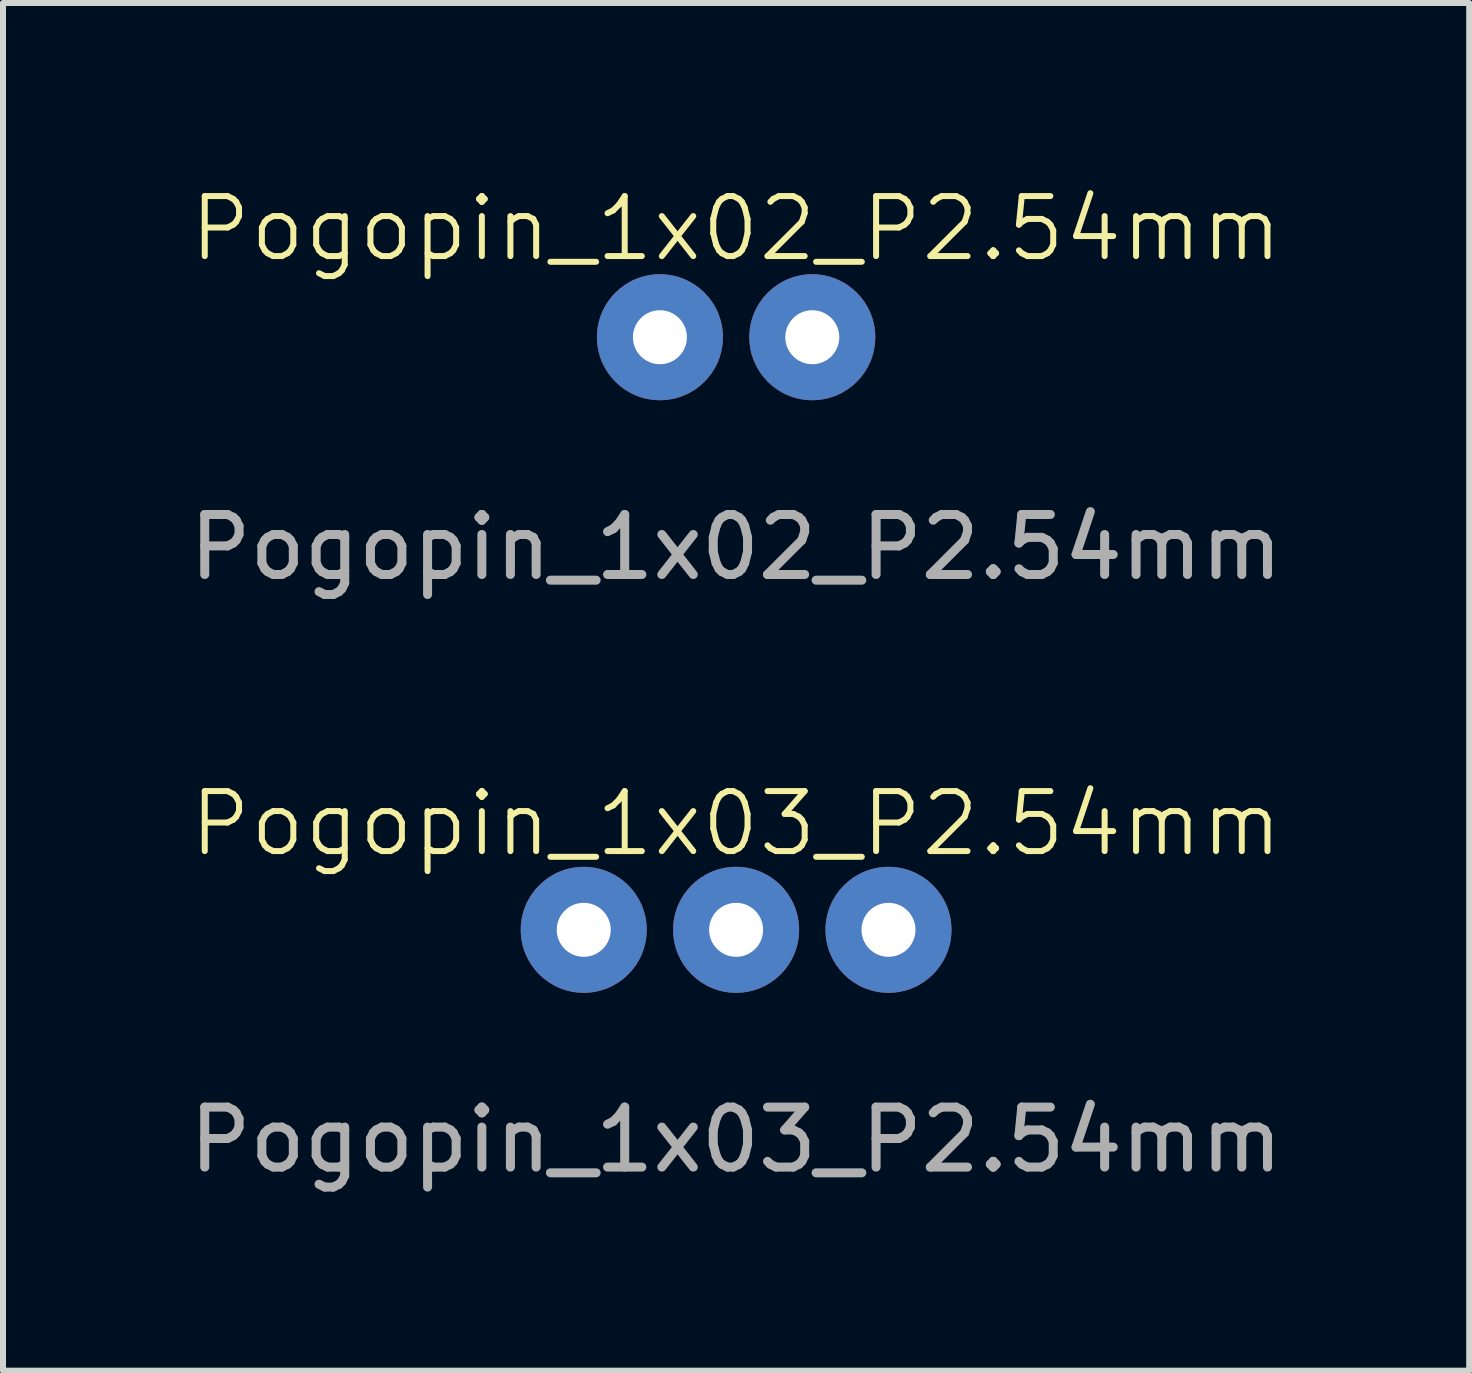
<source format=kicad_pcb>
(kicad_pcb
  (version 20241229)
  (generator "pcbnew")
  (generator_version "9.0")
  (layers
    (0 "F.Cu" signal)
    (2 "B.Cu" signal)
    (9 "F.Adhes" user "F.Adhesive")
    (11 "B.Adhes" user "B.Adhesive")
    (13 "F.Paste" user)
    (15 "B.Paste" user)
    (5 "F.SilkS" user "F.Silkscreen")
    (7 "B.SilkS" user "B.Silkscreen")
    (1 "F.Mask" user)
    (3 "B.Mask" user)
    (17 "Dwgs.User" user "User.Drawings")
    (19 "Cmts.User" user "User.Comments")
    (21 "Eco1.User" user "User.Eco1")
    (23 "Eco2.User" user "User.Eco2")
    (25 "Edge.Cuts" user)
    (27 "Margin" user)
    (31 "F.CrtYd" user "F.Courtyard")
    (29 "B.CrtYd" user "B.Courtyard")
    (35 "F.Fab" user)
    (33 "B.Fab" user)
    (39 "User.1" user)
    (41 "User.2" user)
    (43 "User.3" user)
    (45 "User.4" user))
  (footprint "Pogopin_1x03_P2.54mm"
    (layer "F.Cu")
    (at 9.22 12.449)
    (property "Reference" "Pogopin_1x03_P2.54mm" (at 0 -1.77 0) (unlocked yes) (layer "F.SilkS") (effects (font (size 1 1) (thickness 0.1))))
    (attr smd)
    (fp_text user "${REFERENCE}" (at 0 3.5 0) (unlocked yes) (layer "F.Fab") (effects (font (size 1 1) (thickness 0.15))))
    (pad "1" thru_hole circle (at -2.54 0) (size 2.1 2.1) (drill 0.9) (layers "*.Cu" "*.Mask"))
    (pad "2" thru_hole circle (at 0 0) (size 2.1 2.1) (drill 0.9) (layers "*.Cu" "*.Mask"))
    (pad "3" thru_hole circle (at 2.54 0) (size 2.1 2.1) (drill 0.9) (layers "*.Cu" "*.Mask")))
  (footprint "Pogopin_1x02_P2.54mm"
    (layer "F.Cu")
    (at 9.22 2.571)
    (property "Reference" "Pogopin_1x02_P2.54mm" (at 0 -1.81 0) (unlocked yes) (layer "F.SilkS") (effects (font (size 1 1) (thickness 0.1))))
    (attr smd)
    (fp_text user "${REFERENCE}" (at 0 3.5 0) (unlocked yes) (layer "F.Fab") (effects (font (size 1 1) (thickness 0.15))))
    (pad "1" thru_hole circle (at -1.27 0) (size 2.1 2.1) (drill 0.9) (layers "*.Cu" "*.Mask"))
    (pad "2" thru_hole circle (at 1.27 0) (size 2.1 2.1) (drill 0.9) (layers "*.Cu" "*.Mask")))
  (gr_rect
    (start -3 -3)
    (end 21.44 19.797)
    (stroke (width 0.1) (type default))
    (fill no)
    (layer "Edge.Cuts")))
</source>
